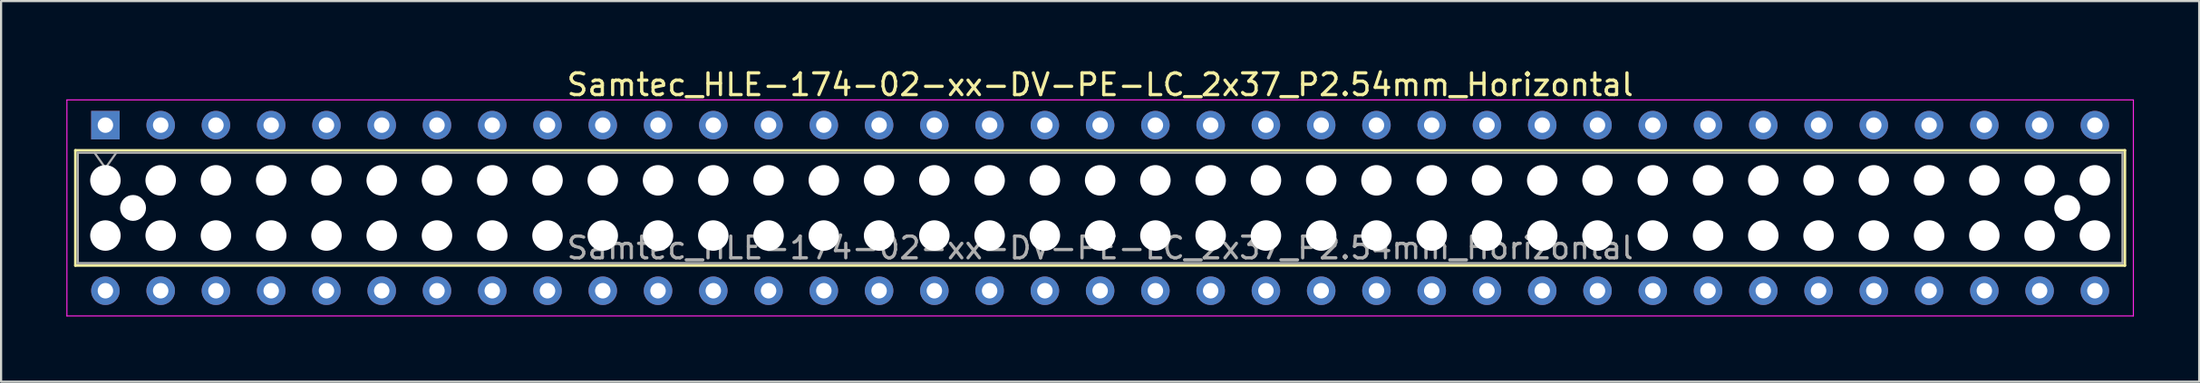
<source format=kicad_pcb>
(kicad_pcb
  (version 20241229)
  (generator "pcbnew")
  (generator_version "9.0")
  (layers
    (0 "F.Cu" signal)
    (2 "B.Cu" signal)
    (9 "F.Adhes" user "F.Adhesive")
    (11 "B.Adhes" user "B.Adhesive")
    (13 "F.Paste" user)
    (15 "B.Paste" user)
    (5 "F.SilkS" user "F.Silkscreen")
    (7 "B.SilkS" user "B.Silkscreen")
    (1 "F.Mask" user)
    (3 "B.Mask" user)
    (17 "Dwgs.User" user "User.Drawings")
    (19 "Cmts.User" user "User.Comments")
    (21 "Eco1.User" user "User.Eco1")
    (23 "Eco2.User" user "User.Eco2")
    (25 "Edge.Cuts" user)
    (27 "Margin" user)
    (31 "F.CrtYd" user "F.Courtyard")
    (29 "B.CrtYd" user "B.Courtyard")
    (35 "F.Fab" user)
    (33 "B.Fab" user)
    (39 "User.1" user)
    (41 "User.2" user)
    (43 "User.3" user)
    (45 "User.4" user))
  (footprint "Samtec_HLE-174-02-xx-DV-PE-LC_2x37_P2.54mm_Horizontal"
    (layer "F.Cu")
    (at 1.795 2.708)
    (property "Reference" "Samtec_HLE-174-02-xx-DV-PE-LC_2x37_P2.54mm_Horizontal" (at 45.72 -1.86 0) (layer "F.SilkS") (effects (font (size 1 1) (thickness 0.15))))
    (attr through_hole)
    (fp_line (start -1.38 1.16) (end 92.82 1.16) (stroke (width 0.12) (type solid)) (layer "F.SilkS"))
    (fp_line (start -1.38 6.46) (end -1.38 1.16) (stroke (width 0.12) (type solid)) (layer "F.SilkS"))
    (fp_line (start 92.82 1.16) (end 92.82 6.46) (stroke (width 0.12) (type solid)) (layer "F.SilkS"))
    (fp_line (start 92.82 6.46) (end -1.38 6.46) (stroke (width 0.12) (type solid)) (layer "F.SilkS"))
    (fp_line (start -1.77 -1.16) (end 93.21 -1.16) (stroke (width 0.05) (type solid)) (layer "F.CrtYd"))
    (fp_line (start -1.77 8.78) (end -1.77 -1.16) (stroke (width 0.05) (type solid)) (layer "F.CrtYd"))
    (fp_line (start 93.21 -1.16) (end 93.21 8.78) (stroke (width 0.05) (type solid)) (layer "F.CrtYd"))
    (fp_line (start 93.21 8.78) (end -1.77 8.78) (stroke (width 0.05) (type solid)) (layer "F.CrtYd"))
    (fp_line (start -1.27 1.27) (end 92.71 1.27) (stroke (width 0.1) (type solid)) (layer "F.Fab"))
    (fp_line (start -1.27 6.35) (end -1.27 1.27) (stroke (width 0.1) (type solid)) (layer "F.Fab"))
    (fp_line (start -0.5 1.27) (end 0 1.977) (stroke (width 0.1) (type solid)) (layer "F.Fab"))
    (fp_line (start 0 1.977) (end 0.5 1.27) (stroke (width 0.1) (type solid)) (layer "F.Fab"))
    (fp_line (start 92.71 1.27) (end 92.71 6.35) (stroke (width 0.1) (type solid)) (layer "F.Fab"))
    (fp_line (start 92.71 6.35) (end -1.27 6.35) (stroke (width 0.1) (type solid)) (layer "F.Fab"))
    (fp_text user "${REFERENCE}" (at 45.72 5.65 0) (layer "F.Fab") (effects (font (size 1 1) (thickness 0.15))))
    (pad "" np_thru_hole circle (at 0 2.54) (size 1.4 1.4) (drill 1.4) (layers "*.Cu" "*.Mask"))
    (pad "" np_thru_hole circle (at 0 5.08) (size 1.4 1.4) (drill 1.4) (layers "*.Cu" "*.Mask"))
    (pad "" np_thru_hole circle (at 1.27 3.81) (size 1.19 1.19) (drill 1.19) (layers "*.Cu" "*.Mask"))
    (pad "" np_thru_hole circle (at 2.54 2.54) (size 1.4 1.4) (drill 1.4) (layers "*.Cu" "*.Mask"))
    (pad "" np_thru_hole circle (at 2.54 5.08) (size 1.4 1.4) (drill 1.4) (layers "*.Cu" "*.Mask"))
    (pad "" np_thru_hole circle (at 5.08 2.54) (size 1.4 1.4) (drill 1.4) (layers "*.Cu" "*.Mask"))
    (pad "" np_thru_hole circle (at 5.08 5.08) (size 1.4 1.4) (drill 1.4) (layers "*.Cu" "*.Mask"))
    (pad "" np_thru_hole circle (at 7.62 2.54) (size 1.4 1.4) (drill 1.4) (layers "*.Cu" "*.Mask"))
    (pad "" np_thru_hole circle (at 7.62 5.08) (size 1.4 1.4) (drill 1.4) (layers "*.Cu" "*.Mask"))
    (pad "" np_thru_hole circle (at 10.16 2.54) (size 1.4 1.4) (drill 1.4) (layers "*.Cu" "*.Mask"))
    (pad "" np_thru_hole circle (at 10.16 5.08) (size 1.4 1.4) (drill 1.4) (layers "*.Cu" "*.Mask"))
    (pad "" np_thru_hole circle (at 12.7 2.54) (size 1.4 1.4) (drill 1.4) (layers "*.Cu" "*.Mask"))
    (pad "" np_thru_hole circle (at 12.7 5.08) (size 1.4 1.4) (drill 1.4) (layers "*.Cu" "*.Mask"))
    (pad "" np_thru_hole circle (at 15.24 2.54) (size 1.4 1.4) (drill 1.4) (layers "*.Cu" "*.Mask"))
    (pad "" np_thru_hole circle (at 15.24 5.08) (size 1.4 1.4) (drill 1.4) (layers "*.Cu" "*.Mask"))
    (pad "" np_thru_hole circle (at 17.78 2.54) (size 1.4 1.4) (drill 1.4) (layers "*.Cu" "*.Mask"))
    (pad "" np_thru_hole circle (at 17.78 5.08) (size 1.4 1.4) (drill 1.4) (layers "*.Cu" "*.Mask"))
    (pad "" np_thru_hole circle (at 20.32 2.54) (size 1.4 1.4) (drill 1.4) (layers "*.Cu" "*.Mask"))
    (pad "" np_thru_hole circle (at 20.32 5.08) (size 1.4 1.4) (drill 1.4) (layers "*.Cu" "*.Mask"))
    (pad "" np_thru_hole circle (at 22.86 2.54) (size 1.4 1.4) (drill 1.4) (layers "*.Cu" "*.Mask"))
    (pad "" np_thru_hole circle (at 22.86 5.08) (size 1.4 1.4) (drill 1.4) (layers "*.Cu" "*.Mask"))
    (pad "" np_thru_hole circle (at 25.4 2.54) (size 1.4 1.4) (drill 1.4) (layers "*.Cu" "*.Mask"))
    (pad "" np_thru_hole circle (at 25.4 5.08) (size 1.4 1.4) (drill 1.4) (layers "*.Cu" "*.Mask"))
    (pad "" np_thru_hole circle (at 27.94 2.54) (size 1.4 1.4) (drill 1.4) (layers "*.Cu" "*.Mask"))
    (pad "" np_thru_hole circle (at 27.94 5.08) (size 1.4 1.4) (drill 1.4) (layers "*.Cu" "*.Mask"))
    (pad "" np_thru_hole circle (at 30.48 2.54) (size 1.4 1.4) (drill 1.4) (layers "*.Cu" "*.Mask"))
    (pad "" np_thru_hole circle (at 30.48 5.08) (size 1.4 1.4) (drill 1.4) (layers "*.Cu" "*.Mask"))
    (pad "" np_thru_hole circle (at 33.02 2.54) (size 1.4 1.4) (drill 1.4) (layers "*.Cu" "*.Mask"))
    (pad "" np_thru_hole circle (at 33.02 5.08) (size 1.4 1.4) (drill 1.4) (layers "*.Cu" "*.Mask"))
    (pad "" np_thru_hole circle (at 35.56 2.54) (size 1.4 1.4) (drill 1.4) (layers "*.Cu" "*.Mask"))
    (pad "" np_thru_hole circle (at 35.56 5.08) (size 1.4 1.4) (drill 1.4) (layers "*.Cu" "*.Mask"))
    (pad "" np_thru_hole circle (at 38.1 2.54) (size 1.4 1.4) (drill 1.4) (layers "*.Cu" "*.Mask"))
    (pad "" np_thru_hole circle (at 38.1 5.08) (size 1.4 1.4) (drill 1.4) (layers "*.Cu" "*.Mask"))
    (pad "" np_thru_hole circle (at 40.64 2.54) (size 1.4 1.4) (drill 1.4) (layers "*.Cu" "*.Mask"))
    (pad "" np_thru_hole circle (at 40.64 5.08) (size 1.4 1.4) (drill 1.4) (layers "*.Cu" "*.Mask"))
    (pad "" np_thru_hole circle (at 43.18 2.54) (size 1.4 1.4) (drill 1.4) (layers "*.Cu" "*.Mask"))
    (pad "" np_thru_hole circle (at 43.18 5.08) (size 1.4 1.4) (drill 1.4) (layers "*.Cu" "*.Mask"))
    (pad "" np_thru_hole circle (at 45.72 2.54) (size 1.4 1.4) (drill 1.4) (layers "*.Cu" "*.Mask"))
    (pad "" np_thru_hole circle (at 45.72 5.08) (size 1.4 1.4) (drill 1.4) (layers "*.Cu" "*.Mask"))
    (pad "" np_thru_hole circle (at 48.26 2.54) (size 1.4 1.4) (drill 1.4) (layers "*.Cu" "*.Mask"))
    (pad "" np_thru_hole circle (at 48.26 5.08) (size 1.4 1.4) (drill 1.4) (layers "*.Cu" "*.Mask"))
    (pad "" np_thru_hole circle (at 50.8 2.54) (size 1.4 1.4) (drill 1.4) (layers "*.Cu" "*.Mask"))
    (pad "" np_thru_hole circle (at 50.8 5.08) (size 1.4 1.4) (drill 1.4) (layers "*.Cu" "*.Mask"))
    (pad "" np_thru_hole circle (at 53.34 2.54) (size 1.4 1.4) (drill 1.4) (layers "*.Cu" "*.Mask"))
    (pad "" np_thru_hole circle (at 53.34 5.08) (size 1.4 1.4) (drill 1.4) (layers "*.Cu" "*.Mask"))
    (pad "" np_thru_hole circle (at 55.88 2.54) (size 1.4 1.4) (drill 1.4) (layers "*.Cu" "*.Mask"))
    (pad "" np_thru_hole circle (at 55.88 5.08) (size 1.4 1.4) (drill 1.4) (layers "*.Cu" "*.Mask"))
    (pad "" np_thru_hole circle (at 58.42 2.54) (size 1.4 1.4) (drill 1.4) (layers "*.Cu" "*.Mask"))
    (pad "" np_thru_hole circle (at 58.42 5.08) (size 1.4 1.4) (drill 1.4) (layers "*.Cu" "*.Mask"))
    (pad "" np_thru_hole circle (at 60.96 2.54) (size 1.4 1.4) (drill 1.4) (layers "*.Cu" "*.Mask"))
    (pad "" np_thru_hole circle (at 60.96 5.08) (size 1.4 1.4) (drill 1.4) (layers "*.Cu" "*.Mask"))
    (pad "" np_thru_hole circle (at 63.5 2.54) (size 1.4 1.4) (drill 1.4) (layers "*.Cu" "*.Mask"))
    (pad "" np_thru_hole circle (at 63.5 5.08) (size 1.4 1.4) (drill 1.4) (layers "*.Cu" "*.Mask"))
    (pad "" np_thru_hole circle (at 66.04 2.54) (size 1.4 1.4) (drill 1.4) (layers "*.Cu" "*.Mask"))
    (pad "" np_thru_hole circle (at 66.04 5.08) (size 1.4 1.4) (drill 1.4) (layers "*.Cu" "*.Mask"))
    (pad "" np_thru_hole circle (at 68.58 2.54) (size 1.4 1.4) (drill 1.4) (layers "*.Cu" "*.Mask"))
    (pad "" np_thru_hole circle (at 68.58 5.08) (size 1.4 1.4) (drill 1.4) (layers "*.Cu" "*.Mask"))
    (pad "" np_thru_hole circle (at 71.12 2.54) (size 1.4 1.4) (drill 1.4) (layers "*.Cu" "*.Mask"))
    (pad "" np_thru_hole circle (at 71.12 5.08) (size 1.4 1.4) (drill 1.4) (layers "*.Cu" "*.Mask"))
    (pad "" np_thru_hole circle (at 73.66 2.54) (size 1.4 1.4) (drill 1.4) (layers "*.Cu" "*.Mask"))
    (pad "" np_thru_hole circle (at 73.66 5.08) (size 1.4 1.4) (drill 1.4) (layers "*.Cu" "*.Mask"))
    (pad "" np_thru_hole circle (at 76.2 2.54) (size 1.4 1.4) (drill 1.4) (layers "*.Cu" "*.Mask"))
    (pad "" np_thru_hole circle (at 76.2 5.08) (size 1.4 1.4) (drill 1.4) (layers "*.Cu" "*.Mask"))
    (pad "" np_thru_hole circle (at 78.74 2.54) (size 1.4 1.4) (drill 1.4) (layers "*.Cu" "*.Mask"))
    (pad "" np_thru_hole circle (at 78.74 5.08) (size 1.4 1.4) (drill 1.4) (layers "*.Cu" "*.Mask"))
    (pad "" np_thru_hole circle (at 81.28 2.54) (size 1.4 1.4) (drill 1.4) (layers "*.Cu" "*.Mask"))
    (pad "" np_thru_hole circle (at 81.28 5.08) (size 1.4 1.4) (drill 1.4) (layers "*.Cu" "*.Mask"))
    (pad "" np_thru_hole circle (at 83.82 2.54) (size 1.4 1.4) (drill 1.4) (layers "*.Cu" "*.Mask"))
    (pad "" np_thru_hole circle (at 83.82 5.08) (size 1.4 1.4) (drill 1.4) (layers "*.Cu" "*.Mask"))
    (pad "" np_thru_hole circle (at 86.36 2.54) (size 1.4 1.4) (drill 1.4) (layers "*.Cu" "*.Mask"))
    (pad "" np_thru_hole circle (at 86.36 5.08) (size 1.4 1.4) (drill 1.4) (layers "*.Cu" "*.Mask"))
    (pad "" np_thru_hole circle (at 88.9 2.54) (size 1.4 1.4) (drill 1.4) (layers "*.Cu" "*.Mask"))
    (pad "" np_thru_hole circle (at 88.9 5.08) (size 1.4 1.4) (drill 1.4) (layers "*.Cu" "*.Mask"))
    (pad "" np_thru_hole circle (at 90.17 3.81) (size 1.19 1.19) (drill 1.19) (layers "*.Cu" "*.Mask"))
    (pad "" np_thru_hole circle (at 91.44 2.54) (size 1.4 1.4) (drill 1.4) (layers "*.Cu" "*.Mask"))
    (pad "" np_thru_hole circle (at 91.44 5.08) (size 1.4 1.4) (drill 1.4) (layers "*.Cu" "*.Mask"))
    (pad "1" thru_hole rect (at 0 0) (size 1.31 1.31) (drill 0.71) (layers "*.Cu" "*.Mask"))
    (pad "2" thru_hole circle (at 0 7.62) (size 1.31 1.31) (drill 0.71) (layers "*.Cu" "*.Mask"))
    (pad "3" thru_hole circle (at 2.54 0) (size 1.31 1.31) (drill 0.71) (layers "*.Cu" "*.Mask"))
    (pad "4" thru_hole circle (at 2.54 7.62) (size 1.31 1.31) (drill 0.71) (layers "*.Cu" "*.Mask"))
    (pad "5" thru_hole circle (at 5.08 0) (size 1.31 1.31) (drill 0.71) (layers "*.Cu" "*.Mask"))
    (pad "6" thru_hole circle (at 5.08 7.62) (size 1.31 1.31) (drill 0.71) (layers "*.Cu" "*.Mask"))
    (pad "7" thru_hole circle (at 7.62 0) (size 1.31 1.31) (drill 0.71) (layers "*.Cu" "*.Mask"))
    (pad "8" thru_hole circle (at 7.62 7.62) (size 1.31 1.31) (drill 0.71) (layers "*.Cu" "*.Mask"))
    (pad "9" thru_hole circle (at 10.16 0) (size 1.31 1.31) (drill 0.71) (layers "*.Cu" "*.Mask"))
    (pad "10" thru_hole circle (at 10.16 7.62) (size 1.31 1.31) (drill 0.71) (layers "*.Cu" "*.Mask"))
    (pad "11" thru_hole circle (at 12.7 0) (size 1.31 1.31) (drill 0.71) (layers "*.Cu" "*.Mask"))
    (pad "12" thru_hole circle (at 12.7 7.62) (size 1.31 1.31) (drill 0.71) (layers "*.Cu" "*.Mask"))
    (pad "13" thru_hole circle (at 15.24 0) (size 1.31 1.31) (drill 0.71) (layers "*.Cu" "*.Mask"))
    (pad "14" thru_hole circle (at 15.24 7.62) (size 1.31 1.31) (drill 0.71) (layers "*.Cu" "*.Mask"))
    (pad "15" thru_hole circle (at 17.78 0) (size 1.31 1.31) (drill 0.71) (layers "*.Cu" "*.Mask"))
    (pad "16" thru_hole circle (at 17.78 7.62) (size 1.31 1.31) (drill 0.71) (layers "*.Cu" "*.Mask"))
    (pad "17" thru_hole circle (at 20.32 0) (size 1.31 1.31) (drill 0.71) (layers "*.Cu" "*.Mask"))
    (pad "18" thru_hole circle (at 20.32 7.62) (size 1.31 1.31) (drill 0.71) (layers "*.Cu" "*.Mask"))
    (pad "19" thru_hole circle (at 22.86 0) (size 1.31 1.31) (drill 0.71) (layers "*.Cu" "*.Mask"))
    (pad "20" thru_hole circle (at 22.86 7.62) (size 1.31 1.31) (drill 0.71) (layers "*.Cu" "*.Mask"))
    (pad "21" thru_hole circle (at 25.4 0) (size 1.31 1.31) (drill 0.71) (layers "*.Cu" "*.Mask"))
    (pad "22" thru_hole circle (at 25.4 7.62) (size 1.31 1.31) (drill 0.71) (layers "*.Cu" "*.Mask"))
    (pad "23" thru_hole circle (at 27.94 0) (size 1.31 1.31) (drill 0.71) (layers "*.Cu" "*.Mask"))
    (pad "24" thru_hole circle (at 27.94 7.62) (size 1.31 1.31) (drill 0.71) (layers "*.Cu" "*.Mask"))
    (pad "25" thru_hole circle (at 30.48 0) (size 1.31 1.31) (drill 0.71) (layers "*.Cu" "*.Mask"))
    (pad "26" thru_hole circle (at 30.48 7.62) (size 1.31 1.31) (drill 0.71) (layers "*.Cu" "*.Mask"))
    (pad "27" thru_hole circle (at 33.02 0) (size 1.31 1.31) (drill 0.71) (layers "*.Cu" "*.Mask"))
    (pad "28" thru_hole circle (at 33.02 7.62) (size 1.31 1.31) (drill 0.71) (layers "*.Cu" "*.Mask"))
    (pad "29" thru_hole circle (at 35.56 0) (size 1.31 1.31) (drill 0.71) (layers "*.Cu" "*.Mask"))
    (pad "30" thru_hole circle (at 35.56 7.62) (size 1.31 1.31) (drill 0.71) (layers "*.Cu" "*.Mask"))
    (pad "31" thru_hole circle (at 38.1 0) (size 1.31 1.31) (drill 0.71) (layers "*.Cu" "*.Mask"))
    (pad "32" thru_hole circle (at 38.1 7.62) (size 1.31 1.31) (drill 0.71) (layers "*.Cu" "*.Mask"))
    (pad "33" thru_hole circle (at 40.64 0) (size 1.31 1.31) (drill 0.71) (layers "*.Cu" "*.Mask"))
    (pad "34" thru_hole circle (at 40.64 7.62) (size 1.31 1.31) (drill 0.71) (layers "*.Cu" "*.Mask"))
    (pad "35" thru_hole circle (at 43.18 0) (size 1.31 1.31) (drill 0.71) (layers "*.Cu" "*.Mask"))
    (pad "36" thru_hole circle (at 43.18 7.62) (size 1.31 1.31) (drill 0.71) (layers "*.Cu" "*.Mask"))
    (pad "37" thru_hole circle (at 45.72 0) (size 1.31 1.31) (drill 0.71) (layers "*.Cu" "*.Mask"))
    (pad "38" thru_hole circle (at 45.72 7.62) (size 1.31 1.31) (drill 0.71) (layers "*.Cu" "*.Mask"))
    (pad "39" thru_hole circle (at 48.26 0) (size 1.31 1.31) (drill 0.71) (layers "*.Cu" "*.Mask"))
    (pad "40" thru_hole circle (at 48.26 7.62) (size 1.31 1.31) (drill 0.71) (layers "*.Cu" "*.Mask"))
    (pad "41" thru_hole circle (at 50.8 0) (size 1.31 1.31) (drill 0.71) (layers "*.Cu" "*.Mask"))
    (pad "42" thru_hole circle (at 50.8 7.62) (size 1.31 1.31) (drill 0.71) (layers "*.Cu" "*.Mask"))
    (pad "43" thru_hole circle (at 53.34 0) (size 1.31 1.31) (drill 0.71) (layers "*.Cu" "*.Mask"))
    (pad "44" thru_hole circle (at 53.34 7.62) (size 1.31 1.31) (drill 0.71) (layers "*.Cu" "*.Mask"))
    (pad "45" thru_hole circle (at 55.88 0) (size 1.31 1.31) (drill 0.71) (layers "*.Cu" "*.Mask"))
    (pad "46" thru_hole circle (at 55.88 7.62) (size 1.31 1.31) (drill 0.71) (layers "*.Cu" "*.Mask"))
    (pad "47" thru_hole circle (at 58.42 0) (size 1.31 1.31) (drill 0.71) (layers "*.Cu" "*.Mask"))
    (pad "48" thru_hole circle (at 58.42 7.62) (size 1.31 1.31) (drill 0.71) (layers "*.Cu" "*.Mask"))
    (pad "49" thru_hole circle (at 60.96 0) (size 1.31 1.31) (drill 0.71) (layers "*.Cu" "*.Mask"))
    (pad "50" thru_hole circle (at 60.96 7.62) (size 1.31 1.31) (drill 0.71) (layers "*.Cu" "*.Mask"))
    (pad "51" thru_hole circle (at 63.5 0) (size 1.31 1.31) (drill 0.71) (layers "*.Cu" "*.Mask"))
    (pad "52" thru_hole circle (at 63.5 7.62) (size 1.31 1.31) (drill 0.71) (layers "*.Cu" "*.Mask"))
    (pad "53" thru_hole circle (at 66.04 0) (size 1.31 1.31) (drill 0.71) (layers "*.Cu" "*.Mask"))
    (pad "54" thru_hole circle (at 66.04 7.62) (size 1.31 1.31) (drill 0.71) (layers "*.Cu" "*.Mask"))
    (pad "55" thru_hole circle (at 68.58 0) (size 1.31 1.31) (drill 0.71) (layers "*.Cu" "*.Mask"))
    (pad "56" thru_hole circle (at 68.58 7.62) (size 1.31 1.31) (drill 0.71) (layers "*.Cu" "*.Mask"))
    (pad "57" thru_hole circle (at 71.12 0) (size 1.31 1.31) (drill 0.71) (layers "*.Cu" "*.Mask"))
    (pad "58" thru_hole circle (at 71.12 7.62) (size 1.31 1.31) (drill 0.71) (layers "*.Cu" "*.Mask"))
    (pad "59" thru_hole circle (at 73.66 0) (size 1.31 1.31) (drill 0.71) (layers "*.Cu" "*.Mask"))
    (pad "60" thru_hole circle (at 73.66 7.62) (size 1.31 1.31) (drill 0.71) (layers "*.Cu" "*.Mask"))
    (pad "61" thru_hole circle (at 76.2 0) (size 1.31 1.31) (drill 0.71) (layers "*.Cu" "*.Mask"))
    (pad "62" thru_hole circle (at 76.2 7.62) (size 1.31 1.31) (drill 0.71) (layers "*.Cu" "*.Mask"))
    (pad "63" thru_hole circle (at 78.74 0) (size 1.31 1.31) (drill 0.71) (layers "*.Cu" "*.Mask"))
    (pad "64" thru_hole circle (at 78.74 7.62) (size 1.31 1.31) (drill 0.71) (layers "*.Cu" "*.Mask"))
    (pad "65" thru_hole circle (at 81.28 0) (size 1.31 1.31) (drill 0.71) (layers "*.Cu" "*.Mask"))
    (pad "66" thru_hole circle (at 81.28 7.62) (size 1.31 1.31) (drill 0.71) (layers "*.Cu" "*.Mask"))
    (pad "67" thru_hole circle (at 83.82 0) (size 1.31 1.31) (drill 0.71) (layers "*.Cu" "*.Mask"))
    (pad "68" thru_hole circle (at 83.82 7.62) (size 1.31 1.31) (drill 0.71) (layers "*.Cu" "*.Mask"))
    (pad "69" thru_hole circle (at 86.36 0) (size 1.31 1.31) (drill 0.71) (layers "*.Cu" "*.Mask"))
    (pad "70" thru_hole circle (at 86.36 7.62) (size 1.31 1.31) (drill 0.71) (layers "*.Cu" "*.Mask"))
    (pad "71" thru_hole circle (at 88.9 0) (size 1.31 1.31) (drill 0.71) (layers "*.Cu" "*.Mask"))
    (pad "72" thru_hole circle (at 88.9 7.62) (size 1.31 1.31) (drill 0.71) (layers "*.Cu" "*.Mask"))
    (pad "73" thru_hole circle (at 91.44 0) (size 1.31 1.31) (drill 0.71) (layers "*.Cu" "*.Mask"))
    (pad "74" thru_hole circle (at 91.44 7.62) (size 1.31 1.31) (drill 0.71) (layers "*.Cu" "*.Mask")))
  (gr_rect
    (start -3 -3)
    (end 98.03 14.513)
    (stroke (width 0.1) (type default))
    (fill no)
    (layer "Edge.Cuts")))
</source>
